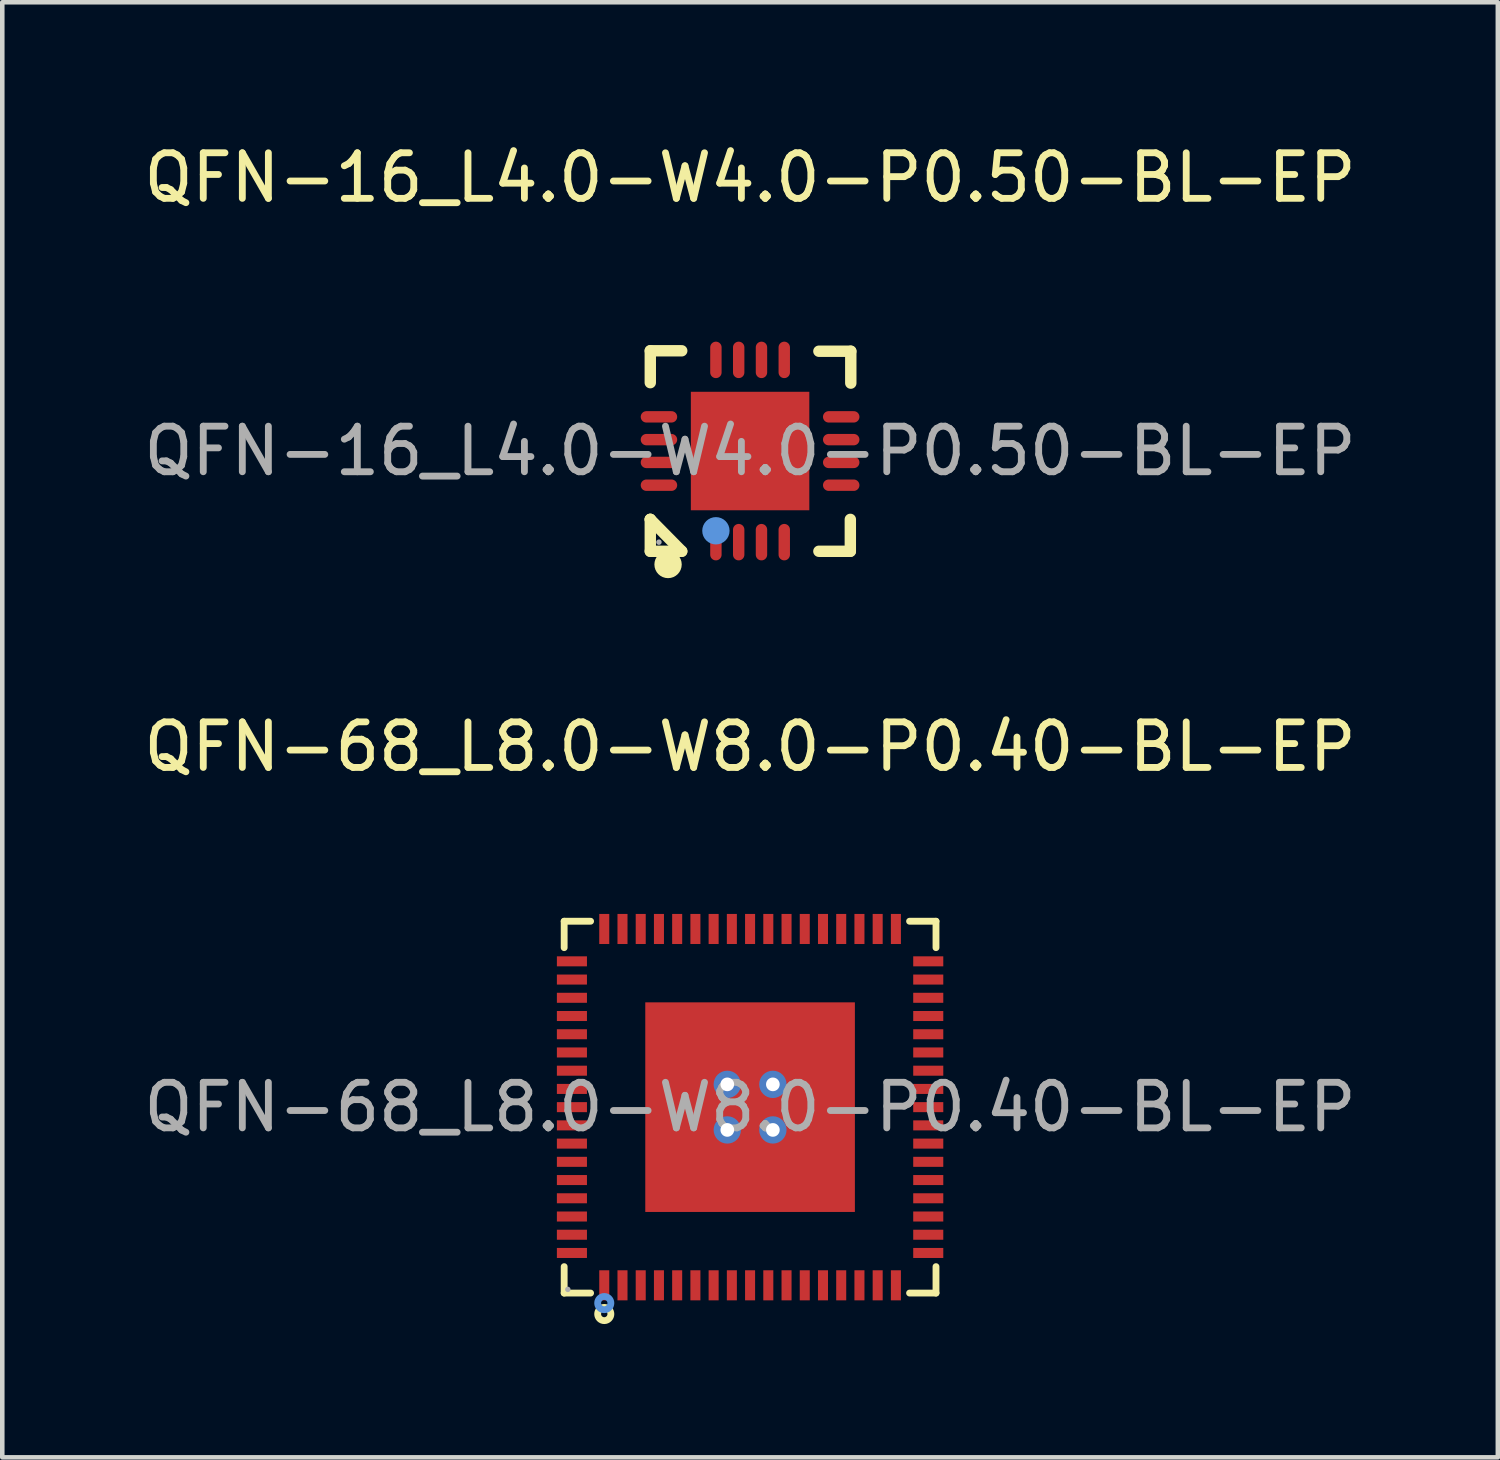
<source format=kicad_pcb>
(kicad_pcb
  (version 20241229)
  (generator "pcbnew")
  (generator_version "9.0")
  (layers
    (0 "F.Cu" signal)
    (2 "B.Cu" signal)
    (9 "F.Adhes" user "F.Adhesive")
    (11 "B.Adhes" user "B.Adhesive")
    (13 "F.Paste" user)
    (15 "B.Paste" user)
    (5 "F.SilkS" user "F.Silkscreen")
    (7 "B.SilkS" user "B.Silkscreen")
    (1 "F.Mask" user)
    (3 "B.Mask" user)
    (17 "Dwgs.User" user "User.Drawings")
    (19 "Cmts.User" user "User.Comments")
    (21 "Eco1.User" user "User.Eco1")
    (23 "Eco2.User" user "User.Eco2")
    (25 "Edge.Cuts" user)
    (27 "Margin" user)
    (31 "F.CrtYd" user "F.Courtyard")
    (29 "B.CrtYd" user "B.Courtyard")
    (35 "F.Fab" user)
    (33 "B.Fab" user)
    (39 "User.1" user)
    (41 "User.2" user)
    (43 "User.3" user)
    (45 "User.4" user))
  (footprint "QFN-16_L4.0-W4.0-P0.50-BL-EP"
    (layer "F.Cu")
    (at 13.411 6.848)
    (property "Reference" "QFN-16_L4.0-W4.0-P0.50-BL-EP" (at 0 -6 0) (layer "F.SilkS") (effects (font (size 1 1) (thickness 0.15))))
    (attr through_hole)
    (fp_line (start -2.19 -2.2) (end -2.19 -1.5) (stroke (width 0.25) (type solid)) (layer "F.SilkS"))
    (fp_line (start -2.19 1.5) (end -2.19 1.5) (stroke (width 0.25) (type solid)) (layer "F.SilkS"))
    (fp_line (start -2.19 1.5) (end -1.5 2.2) (stroke (width 0.25) (type solid)) (layer "F.SilkS"))
    (fp_line (start -2.19 2.2) (end -2.19 1.5) (stroke (width 0.25) (type solid)) (layer "F.SilkS"))
    (fp_line (start -1.5 -2.2) (end -2.19 -2.2) (stroke (width 0.25) (type solid)) (layer "F.SilkS"))
    (fp_line (start -1.5 2.2) (end -2.19 2.2) (stroke (width 0.25) (type solid)) (layer "F.SilkS"))
    (fp_line (start 1.51 2.2) (end 2.2 2.2) (stroke (width 0.25) (type solid)) (layer "F.SilkS"))
    (fp_line (start 2.2 2.2) (end 2.2 1.5) (stroke (width 0.25) (type solid)) (layer "F.SilkS"))
    (fp_line (start 2.21 -2.19) (end 1.51 -2.19) (stroke (width 0.25) (type solid)) (layer "F.SilkS"))
    (fp_line (start 2.21 -1.49) (end 2.21 -2.19) (stroke (width 0.25) (type solid)) (layer "F.SilkS"))
    (fp_arc (start -1.8 2.49) (mid -1.8 2.49) (end -1.8 2.49) (stroke (width 0.3) (type solid)) (layer "F.SilkS"))
    (fp_circle (center -0.75 1.75) (end -0.6 1.75) (stroke (width 0.3) (type solid)) (fill no) (layer "Cmts.User"))
    (fp_circle (center -2 2) (end -1.97 2) (stroke (width 0.06) (type solid)) (fill no) (layer "F.Fab"))
    (fp_text user "${REFERENCE}" (at 0 0 0) (layer "F.Fab") (effects (font (size 1 1) (thickness 0.15))))
    (pad "1" smd oval (at -0.75 2) (size 0.25 0.8) (layers "F.Cu" "F.Mask" "F.Paste"))
    (pad "2" smd oval (at -0.25 2) (size 0.25 0.8) (layers "F.Cu" "F.Mask" "F.Paste"))
    (pad "3" smd oval (at 0.25 2) (size 0.25 0.8) (layers "F.Cu" "F.Mask" "F.Paste"))
    (pad "4" smd oval (at 0.75 2) (size 0.25 0.8) (layers "F.Cu" "F.Mask" "F.Paste"))
    (pad "5" smd oval (at 2 0.75 90) (size 0.25 0.8) (layers "F.Cu" "F.Mask" "F.Paste"))
    (pad "6" smd oval (at 2 0.25 90) (size 0.25 0.8) (layers "F.Cu" "F.Mask" "F.Paste"))
    (pad "7" smd oval (at 2 -0.25 90) (size 0.25 0.8) (layers "F.Cu" "F.Mask" "F.Paste"))
    (pad "8" smd oval (at 2 -0.75 90) (size 0.25 0.8) (layers "F.Cu" "F.Mask" "F.Paste"))
    (pad "9" smd oval (at 0.75 -2) (size 0.25 0.8) (layers "F.Cu" "F.Mask" "F.Paste"))
    (pad "10" smd oval (at 0.25 -2) (size 0.25 0.8) (layers "F.Cu" "F.Mask" "F.Paste"))
    (pad "11" smd oval (at -0.25 -2) (size 0.25 0.8) (layers "F.Cu" "F.Mask" "F.Paste"))
    (pad "12" smd oval (at -0.75 -2) (size 0.25 0.8) (layers "F.Cu" "F.Mask" "F.Paste"))
    (pad "13" smd oval (at -2 -0.75 90) (size 0.25 0.8) (layers "F.Cu" "F.Mask" "F.Paste"))
    (pad "14" smd oval (at -2 -0.25 90) (size 0.25 0.8) (layers "F.Cu" "F.Mask" "F.Paste"))
    (pad "15" smd oval (at -2 0.25 90) (size 0.25 0.8) (layers "F.Cu" "F.Mask" "F.Paste"))
    (pad "16" smd oval (at -2 0.75 90) (size 0.25 0.8) (layers "F.Cu" "F.Mask" "F.Paste"))
    (pad "17" smd rect (at 0 0 90) (size 2.6 2.6) (layers "F.Cu" "F.Mask" "F.Paste")))
  (footprint "QFN-68_L8.0-W8.0-P0.40-BL-EP"
    (layer "F.Cu")
    (at 13.411 21.247)
    (property "Reference" "QFN-68_L8.0-W8.0-P0.40-BL-EP" (at 0 -7.91 0) (layer "F.SilkS") (effects (font (size 1 1) (thickness 0.15))))
    (attr through_hole)
    (fp_line (start -4.08 -4.08) (end -3.5 -4.08) (stroke (width 0.15) (type solid)) (layer "F.SilkS"))
    (fp_line (start -4.08 -3.5) (end -4.08 -4.08) (stroke (width 0.15) (type solid)) (layer "F.SilkS"))
    (fp_line (start -4.08 3.5) (end -4.08 4.08) (stroke (width 0.15) (type solid)) (layer "F.SilkS"))
    (fp_line (start -4.08 4.08) (end -3.5 4.08) (stroke (width 0.15) (type solid)) (layer "F.SilkS"))
    (fp_line (start 4.08 -4.08) (end 3.5 -4.08) (stroke (width 0.15) (type solid)) (layer "F.SilkS"))
    (fp_line (start 4.08 -3.5) (end 4.08 -4.08) (stroke (width 0.15) (type solid)) (layer "F.SilkS"))
    (fp_line (start 4.08 3.5) (end 4.08 4.08) (stroke (width 0.15) (type solid)) (layer "F.SilkS"))
    (fp_line (start 4.08 4.08) (end 3.5 4.08) (stroke (width 0.15) (type solid)) (layer "F.SilkS"))
    (fp_circle (center -3.2 4.54) (end -3.13 4.54) (stroke (width 0.15) (type solid)) (fill no) (layer "F.SilkS"))
    (fp_circle (center -3.2 4.3) (end -3.13 4.3) (stroke (width 0.15) (type solid)) (fill no) (layer "Cmts.User"))
    (fp_circle (center -4 4) (end -3.97 4) (stroke (width 0.06) (type solid)) (fill no) (layer "F.Fab"))
    (fp_text user "${REFERENCE}" (at 0 0 0) (layer "F.Fab") (effects (font (size 1 1) (thickness 0.15))))
    (pad "1" smd rect (at -3.2 3.91) (size 0.22 0.66) (layers "F.Cu" "F.Mask" "F.Paste"))
    (pad "2" smd rect (at -2.8 3.91) (size 0.22 0.66) (layers "F.Cu" "F.Mask" "F.Paste"))
    (pad "3" smd rect (at -2.4 3.91) (size 0.22 0.66) (layers "F.Cu" "F.Mask" "F.Paste"))
    (pad "4" smd rect (at -2 3.91) (size 0.22 0.66) (layers "F.Cu" "F.Mask" "F.Paste"))
    (pad "5" smd rect (at -1.6 3.91) (size 0.22 0.66) (layers "F.Cu" "F.Mask" "F.Paste"))
    (pad "6" smd rect (at -1.2 3.91) (size 0.22 0.66) (layers "F.Cu" "F.Mask" "F.Paste"))
    (pad "7" smd rect (at -0.8 3.91) (size 0.22 0.66) (layers "F.Cu" "F.Mask" "F.Paste"))
    (pad "8" smd rect (at -0.4 3.91) (size 0.22 0.66) (layers "F.Cu" "F.Mask" "F.Paste"))
    (pad "9" smd rect (at 0 3.91) (size 0.22 0.66) (layers "F.Cu" "F.Mask" "F.Paste"))
    (pad "10" smd rect (at 0.4 3.91) (size 0.22 0.66) (layers "F.Cu" "F.Mask" "F.Paste"))
    (pad "11" smd rect (at 0.8 3.91) (size 0.22 0.66) (layers "F.Cu" "F.Mask" "F.Paste"))
    (pad "12" smd rect (at 1.2 3.91) (size 0.22 0.66) (layers "F.Cu" "F.Mask" "F.Paste"))
    (pad "13" smd rect (at 1.6 3.91) (size 0.22 0.66) (layers "F.Cu" "F.Mask" "F.Paste"))
    (pad "14" smd rect (at 2 3.91) (size 0.22 0.66) (layers "F.Cu" "F.Mask" "F.Paste"))
    (pad "15" smd rect (at 2.4 3.91) (size 0.22 0.66) (layers "F.Cu" "F.Mask" "F.Paste"))
    (pad "16" smd rect (at 2.8 3.91) (size 0.22 0.66) (layers "F.Cu" "F.Mask" "F.Paste"))
    (pad "17" smd rect (at 3.2 3.91) (size 0.22 0.66) (layers "F.Cu" "F.Mask" "F.Paste"))
    (pad "18" smd rect (at 3.91 3.2) (size 0.66 0.22) (layers "F.Cu" "F.Mask" "F.Paste"))
    (pad "19" smd rect (at 3.91 2.8) (size 0.66 0.22) (layers "F.Cu" "F.Mask" "F.Paste"))
    (pad "20" smd rect (at 3.91 2.4) (size 0.66 0.22) (layers "F.Cu" "F.Mask" "F.Paste"))
    (pad "21" smd rect (at 3.91 2) (size 0.66 0.22) (layers "F.Cu" "F.Mask" "F.Paste"))
    (pad "22" smd rect (at 3.91 1.6) (size 0.66 0.22) (layers "F.Cu" "F.Mask" "F.Paste"))
    (pad "23" smd rect (at 3.91 1.2) (size 0.66 0.22) (layers "F.Cu" "F.Mask" "F.Paste"))
    (pad "24" smd rect (at 3.91 0.8) (size 0.66 0.22) (layers "F.Cu" "F.Mask" "F.Paste"))
    (pad "25" smd rect (at 3.91 0.4) (size 0.66 0.22) (layers "F.Cu" "F.Mask" "F.Paste"))
    (pad "26" smd rect (at 3.91 0) (size 0.66 0.22) (layers "F.Cu" "F.Mask" "F.Paste"))
    (pad "27" smd rect (at 3.91 -0.4) (size 0.66 0.22) (layers "F.Cu" "F.Mask" "F.Paste"))
    (pad "28" smd rect (at 3.91 -0.8) (size 0.66 0.22) (layers "F.Cu" "F.Mask" "F.Paste"))
    (pad "29" smd rect (at 3.91 -1.2) (size 0.66 0.22) (layers "F.Cu" "F.Mask" "F.Paste"))
    (pad "30" smd rect (at 3.91 -1.6) (size 0.66 0.22) (layers "F.Cu" "F.Mask" "F.Paste"))
    (pad "31" smd rect (at 3.91 -2) (size 0.66 0.22) (layers "F.Cu" "F.Mask" "F.Paste"))
    (pad "32" smd rect (at 3.91 -2.4) (size 0.66 0.22) (layers "F.Cu" "F.Mask" "F.Paste"))
    (pad "33" smd rect (at 3.91 -2.8) (size 0.66 0.22) (layers "F.Cu" "F.Mask" "F.Paste"))
    (pad "34" smd rect (at 3.91 -3.2) (size 0.66 0.22) (layers "F.Cu" "F.Mask" "F.Paste"))
    (pad "35" smd rect (at 3.2 -3.91) (size 0.22 0.66) (layers "F.Cu" "F.Mask" "F.Paste"))
    (pad "36" smd rect (at 2.8 -3.91) (size 0.22 0.66) (layers "F.Cu" "F.Mask" "F.Paste"))
    (pad "37" smd rect (at 2.4 -3.91) (size 0.22 0.66) (layers "F.Cu" "F.Mask" "F.Paste"))
    (pad "38" smd rect (at 2 -3.91) (size 0.22 0.66) (layers "F.Cu" "F.Mask" "F.Paste"))
    (pad "39" smd rect (at 1.6 -3.91) (size 0.22 0.66) (layers "F.Cu" "F.Mask" "F.Paste"))
    (pad "40" smd rect (at 1.2 -3.91) (size 0.22 0.66) (layers "F.Cu" "F.Mask" "F.Paste"))
    (pad "41" smd rect (at 0.8 -3.91) (size 0.22 0.66) (layers "F.Cu" "F.Mask" "F.Paste"))
    (pad "42" smd rect (at 0.4 -3.91) (size 0.22 0.66) (layers "F.Cu" "F.Mask" "F.Paste"))
    (pad "43" smd rect (at 0 -3.91) (size 0.22 0.66) (layers "F.Cu" "F.Mask" "F.Paste"))
    (pad "44" smd rect (at -0.4 -3.91) (size 0.22 0.66) (layers "F.Cu" "F.Mask" "F.Paste"))
    (pad "45" smd rect (at -0.8 -3.91) (size 0.22 0.66) (layers "F.Cu" "F.Mask" "F.Paste"))
    (pad "46" smd rect (at -1.2 -3.91) (size 0.22 0.66) (layers "F.Cu" "F.Mask" "F.Paste"))
    (pad "47" smd rect (at -1.6 -3.91) (size 0.22 0.66) (layers "F.Cu" "F.Mask" "F.Paste"))
    (pad "48" smd rect (at -2 -3.91) (size 0.22 0.66) (layers "F.Cu" "F.Mask" "F.Paste"))
    (pad "49" smd rect (at -2.4 -3.91) (size 0.22 0.66) (layers "F.Cu" "F.Mask" "F.Paste"))
    (pad "50" smd rect (at -2.8 -3.91) (size 0.22 0.66) (layers "F.Cu" "F.Mask" "F.Paste"))
    (pad "51" smd rect (at -3.2 -3.91) (size 0.22 0.66) (layers "F.Cu" "F.Mask" "F.Paste"))
    (pad "52" smd rect (at -3.91 -3.2) (size 0.66 0.22) (layers "F.Cu" "F.Mask" "F.Paste"))
    (pad "53" smd rect (at -3.91 -2.8) (size 0.66 0.22) (layers "F.Cu" "F.Mask" "F.Paste"))
    (pad "54" smd rect (at -3.91 -2.4) (size 0.66 0.22) (layers "F.Cu" "F.Mask" "F.Paste"))
    (pad "55" smd rect (at -3.91 -2) (size 0.66 0.22) (layers "F.Cu" "F.Mask" "F.Paste"))
    (pad "56" smd rect (at -3.91 -1.6) (size 0.66 0.22) (layers "F.Cu" "F.Mask" "F.Paste"))
    (pad "57" smd rect (at -3.91 -1.2) (size 0.66 0.22) (layers "F.Cu" "F.Mask" "F.Paste"))
    (pad "58" smd rect (at -3.91 -0.8) (size 0.66 0.22) (layers "F.Cu" "F.Mask" "F.Paste"))
    (pad "59" smd rect (at -3.91 -0.4) (size 0.66 0.22) (layers "F.Cu" "F.Mask" "F.Paste"))
    (pad "60" smd rect (at -3.91 0) (size 0.66 0.22) (layers "F.Cu" "F.Mask" "F.Paste"))
    (pad "61" smd rect (at -3.91 0.4) (size 0.66 0.22) (layers "F.Cu" "F.Mask" "F.Paste"))
    (pad "62" smd rect (at -3.91 0.8) (size 0.66 0.22) (layers "F.Cu" "F.Mask" "F.Paste"))
    (pad "63" smd rect (at -3.91 1.2) (size 0.66 0.22) (layers "F.Cu" "F.Mask" "F.Paste"))
    (pad "64" smd rect (at -3.91 1.6) (size 0.66 0.22) (layers "F.Cu" "F.Mask" "F.Paste"))
    (pad "65" smd rect (at -3.91 2) (size 0.66 0.22) (layers "F.Cu" "F.Mask" "F.Paste"))
    (pad "66" smd rect (at -3.91 2.4) (size 0.66 0.22) (layers "F.Cu" "F.Mask" "F.Paste"))
    (pad "67" smd rect (at -3.91 2.8) (size 0.66 0.22) (layers "F.Cu" "F.Mask" "F.Paste"))
    (pad "68" smd rect (at -3.91 3.2) (size 0.66 0.22) (layers "F.Cu" "F.Mask" "F.Paste"))
    (pad "69" thru_hole circle (at -0.5 -0.5) (size 0.6 0.6) (drill 0.3) (layers "*.Cu" "*.Paste" "*.Mask"))
    (pad "69" thru_hole circle (at -0.5 0.5) (size 0.6 0.6) (drill 0.3) (layers "*.Cu" "*.Paste" "*.Mask"))
    (pad "69" smd rect (at 0 0) (size 4.6 4.6) (layers "F.Cu" "F.Mask" "F.Paste"))
    (pad "69" thru_hole circle (at 0.5 -0.5) (size 0.6 0.6) (drill 0.3) (layers "*.Cu" "*.Paste" "*.Mask"))
    (pad "69" thru_hole circle (at 0.5 0.5) (size 0.6 0.6) (drill 0.3) (layers "*.Cu" "*.Paste" "*.Mask")))
  (gr_rect
    (start -3 -3)
    (end 29.821 28.932)
    (stroke (width 0.1) (type default))
    (fill no)
    (layer "Edge.Cuts")))
</source>
